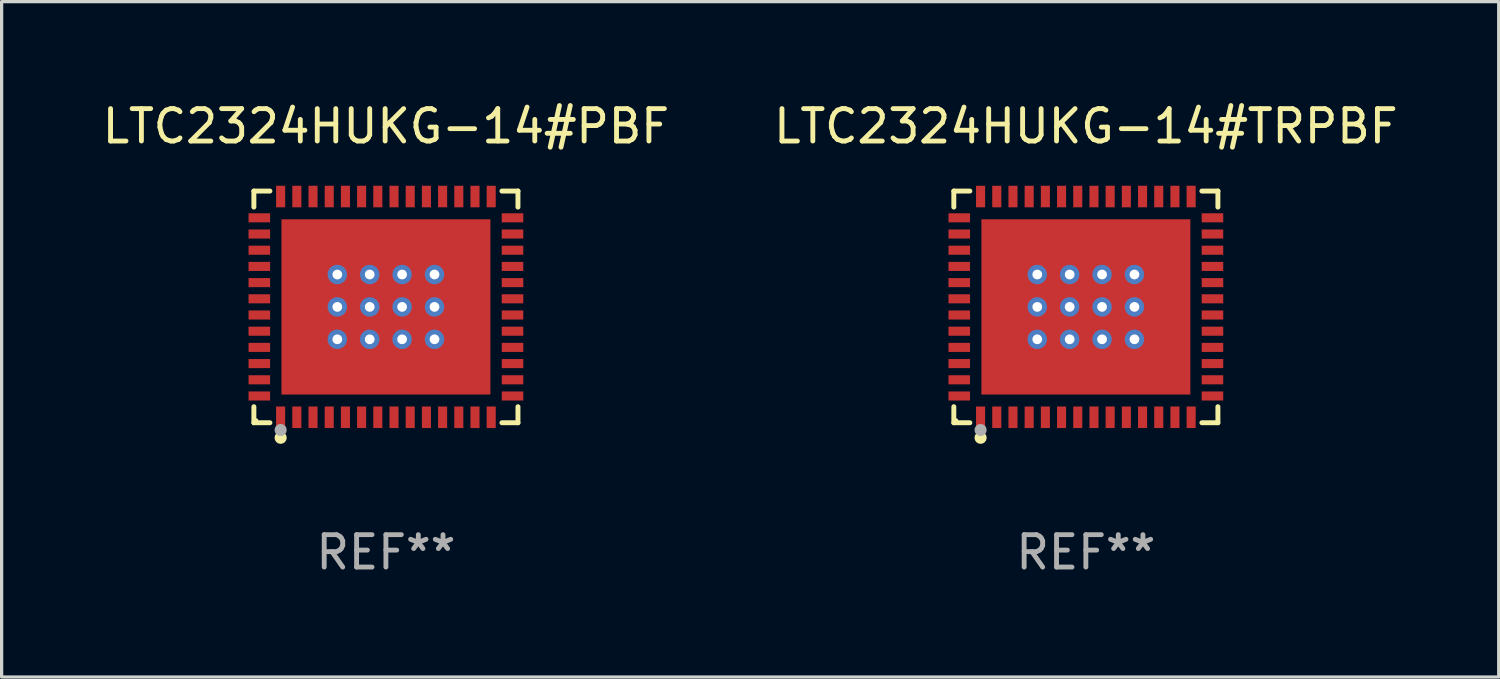
<source format=kicad_pcb>
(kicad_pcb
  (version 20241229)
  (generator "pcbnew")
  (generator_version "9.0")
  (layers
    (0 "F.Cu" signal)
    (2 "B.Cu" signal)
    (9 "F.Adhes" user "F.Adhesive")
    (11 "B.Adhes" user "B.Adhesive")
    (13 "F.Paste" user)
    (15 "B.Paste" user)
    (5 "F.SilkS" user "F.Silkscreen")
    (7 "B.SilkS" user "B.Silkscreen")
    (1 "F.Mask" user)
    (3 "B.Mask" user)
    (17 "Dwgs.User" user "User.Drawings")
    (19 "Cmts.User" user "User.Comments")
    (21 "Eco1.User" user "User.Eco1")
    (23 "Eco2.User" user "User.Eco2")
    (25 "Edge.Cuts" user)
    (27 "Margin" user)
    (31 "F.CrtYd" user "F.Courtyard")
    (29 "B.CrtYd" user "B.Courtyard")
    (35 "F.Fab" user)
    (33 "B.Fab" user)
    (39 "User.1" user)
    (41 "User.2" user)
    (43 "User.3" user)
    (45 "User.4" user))
  (footprint "LTC2324HUKG-14#TRPBF"
    (layer "F.Cu")
    (at 30.47 6.424)
    (property "Reference" "LTC2324HUKG-14#TRPBF" (at 0 -5.576 0) (layer "F.SilkS") (effects (font (size 1 1) (thickness 0.15))))
    (attr through_hole)
    (fp_line (start -4.076 -3.576) (end -3.581 -3.576) (stroke (width 0.152) (type solid)) (layer "F.SilkS"))
    (fp_line (start -4.076 -3.081) (end -4.076 -3.576) (stroke (width 0.152) (type solid)) (layer "F.SilkS"))
    (fp_line (start -4.076 3.081) (end -4.076 3.576) (stroke (width 0.152) (type solid)) (layer "F.SilkS"))
    (fp_line (start -4.076 3.576) (end -3.581 3.576) (stroke (width 0.152) (type solid)) (layer "F.SilkS"))
    (fp_line (start 4.076 -3.576) (end 3.581 -3.576) (stroke (width 0.152) (type solid)) (layer "F.SilkS"))
    (fp_line (start 4.076 -3.081) (end 4.076 -3.576) (stroke (width 0.152) (type solid)) (layer "F.SilkS"))
    (fp_line (start 4.076 3.081) (end 4.076 3.576) (stroke (width 0.152) (type solid)) (layer "F.SilkS"))
    (fp_line (start 4.076 3.576) (end 3.581 3.576) (stroke (width 0.152) (type solid)) (layer "F.SilkS"))
    (fp_circle (center -4 3.5) (end -3.97 3.5) (stroke (width 0.06) (type solid)) (fill no) (layer "F.SilkS"))
    (fp_circle (center -3.25 4.04) (end -3.156 4.04) (stroke (width 0.188) (type solid)) (fill no) (layer "F.SilkS"))
    (fp_circle (center -3.25 3.8) (end -3.156 3.8) (stroke (width 0.188) (type solid)) (fill no) (layer "F.Fab"))
    (fp_text user "REF**" (at 0 7.576 0) (layer "F.Fab") (effects (font (size 1 1) (thickness 0.15))))
    (pad "1" smd rect (at -3.25 3.407) (size 0.28 0.665) (layers "F.Cu" "F.Mask" "F.Paste"))
    (pad "2" smd rect (at -2.75 3.407) (size 0.28 0.665) (layers "F.Cu" "F.Mask" "F.Paste"))
    (pad "3" smd rect (at -2.25 3.407) (size 0.28 0.665) (layers "F.Cu" "F.Mask" "F.Paste"))
    (pad "4" smd rect (at -1.75 3.407) (size 0.28 0.665) (layers "F.Cu" "F.Mask" "F.Paste"))
    (pad "5" smd rect (at -1.25 3.407) (size 0.28 0.665) (layers "F.Cu" "F.Mask" "F.Paste"))
    (pad "6" smd rect (at -0.75 3.407) (size 0.28 0.665) (layers "F.Cu" "F.Mask" "F.Paste"))
    (pad "7" smd rect (at -0.25 3.407) (size 0.28 0.665) (layers "F.Cu" "F.Mask" "F.Paste"))
    (pad "8" smd rect (at 0.25 3.407) (size 0.28 0.665) (layers "F.Cu" "F.Mask" "F.Paste"))
    (pad "9" smd rect (at 0.75 3.407) (size 0.28 0.665) (layers "F.Cu" "F.Mask" "F.Paste"))
    (pad "10" smd rect (at 1.25 3.407) (size 0.28 0.665) (layers "F.Cu" "F.Mask" "F.Paste"))
    (pad "11" smd rect (at 1.75 3.407) (size 0.28 0.665) (layers "F.Cu" "F.Mask" "F.Paste"))
    (pad "12" smd rect (at 2.25 3.407) (size 0.28 0.665) (layers "F.Cu" "F.Mask" "F.Paste"))
    (pad "13" smd rect (at 2.75 3.407) (size 0.28 0.665) (layers "F.Cu" "F.Mask" "F.Paste"))
    (pad "14" smd rect (at 3.25 3.407) (size 0.28 0.665) (layers "F.Cu" "F.Mask" "F.Paste"))
    (pad "15" smd rect (at 3.908 2.75) (size 0.665 0.28) (layers "F.Cu" "F.Mask" "F.Paste"))
    (pad "16" smd rect (at 3.908 2.25) (size 0.665 0.28) (layers "F.Cu" "F.Mask" "F.Paste"))
    (pad "17" smd rect (at 3.908 1.75) (size 0.665 0.28) (layers "F.Cu" "F.Mask" "F.Paste"))
    (pad "18" smd rect (at 3.908 1.25) (size 0.665 0.28) (layers "F.Cu" "F.Mask" "F.Paste"))
    (pad "19" smd rect (at 3.908 0.75) (size 0.665 0.28) (layers "F.Cu" "F.Mask" "F.Paste"))
    (pad "20" smd rect (at 3.908 0.25) (size 0.665 0.28) (layers "F.Cu" "F.Mask" "F.Paste"))
    (pad "21" smd rect (at 3.908 -0.25) (size 0.665 0.28) (layers "F.Cu" "F.Mask" "F.Paste"))
    (pad "22" smd rect (at 3.908 -0.75) (size 0.665 0.28) (layers "F.Cu" "F.Mask" "F.Paste"))
    (pad "23" smd rect (at 3.908 -1.25) (size 0.665 0.28) (layers "F.Cu" "F.Mask" "F.Paste"))
    (pad "24" smd rect (at 3.908 -1.75) (size 0.665 0.28) (layers "F.Cu" "F.Mask" "F.Paste"))
    (pad "25" smd rect (at 3.908 -2.25) (size 0.665 0.28) (layers "F.Cu" "F.Mask" "F.Paste"))
    (pad "26" smd rect (at 3.908 -2.75) (size 0.665 0.28) (layers "F.Cu" "F.Mask" "F.Paste"))
    (pad "27" smd rect (at 3.25 -3.407) (size 0.28 0.665) (layers "F.Cu" "F.Mask" "F.Paste"))
    (pad "28" smd rect (at 2.75 -3.407) (size 0.28 0.665) (layers "F.Cu" "F.Mask" "F.Paste"))
    (pad "29" smd rect (at 2.25 -3.407) (size 0.28 0.665) (layers "F.Cu" "F.Mask" "F.Paste"))
    (pad "30" smd rect (at 1.75 -3.407) (size 0.28 0.665) (layers "F.Cu" "F.Mask" "F.Paste"))
    (pad "31" smd rect (at 1.25 -3.407) (size 0.28 0.665) (layers "F.Cu" "F.Mask" "F.Paste"))
    (pad "32" smd rect (at 0.75 -3.407) (size 0.28 0.665) (layers "F.Cu" "F.Mask" "F.Paste"))
    (pad "33" smd rect (at 0.25 -3.407) (size 0.28 0.665) (layers "F.Cu" "F.Mask" "F.Paste"))
    (pad "34" smd rect (at -0.25 -3.407) (size 0.28 0.665) (layers "F.Cu" "F.Mask" "F.Paste"))
    (pad "35" smd rect (at -0.75 -3.407) (size 0.28 0.665) (layers "F.Cu" "F.Mask" "F.Paste"))
    (pad "36" smd rect (at -1.25 -3.407) (size 0.28 0.665) (layers "F.Cu" "F.Mask" "F.Paste"))
    (pad "37" smd rect (at -1.75 -3.407) (size 0.28 0.665) (layers "F.Cu" "F.Mask" "F.Paste"))
    (pad "38" smd rect (at -2.25 -3.407) (size 0.28 0.665) (layers "F.Cu" "F.Mask" "F.Paste"))
    (pad "39" smd rect (at -2.75 -3.407) (size 0.28 0.665) (layers "F.Cu" "F.Mask" "F.Paste"))
    (pad "40" smd rect (at -3.25 -3.407) (size 0.28 0.665) (layers "F.Cu" "F.Mask" "F.Paste"))
    (pad "41" smd rect (at -3.908 -2.75) (size 0.665 0.28) (layers "F.Cu" "F.Mask" "F.Paste"))
    (pad "42" smd rect (at -3.908 -2.25) (size 0.665 0.28) (layers "F.Cu" "F.Mask" "F.Paste"))
    (pad "43" smd rect (at -3.908 -1.75) (size 0.665 0.28) (layers "F.Cu" "F.Mask" "F.Paste"))
    (pad "44" smd rect (at -3.908 -1.25) (size 0.665 0.28) (layers "F.Cu" "F.Mask" "F.Paste"))
    (pad "45" smd rect (at -3.908 -0.75) (size 0.665 0.28) (layers "F.Cu" "F.Mask" "F.Paste"))
    (pad "46" smd rect (at -3.908 -0.25) (size 0.665 0.28) (layers "F.Cu" "F.Mask" "F.Paste"))
    (pad "47" smd rect (at -3.908 0.25) (size 0.665 0.28) (layers "F.Cu" "F.Mask" "F.Paste"))
    (pad "48" smd rect (at -3.908 0.75) (size 0.665 0.28) (layers "F.Cu" "F.Mask" "F.Paste"))
    (pad "49" smd rect (at -3.908 1.25) (size 0.665 0.28) (layers "F.Cu" "F.Mask" "F.Paste"))
    (pad "50" smd rect (at -3.908 1.75) (size 0.665 0.28) (layers "F.Cu" "F.Mask" "F.Paste"))
    (pad "51" smd rect (at -3.908 2.25) (size 0.665 0.28) (layers "F.Cu" "F.Mask" "F.Paste"))
    (pad "52" smd rect (at -3.908 2.75) (size 0.665 0.28) (layers "F.Cu" "F.Mask" "F.Paste"))
    (pad "53" thru_hole circle (at -1.5 -1) (size 0.6 0.6) (drill 0.3) (layers "*.Cu" "*.Mask"))
    (pad "53" thru_hole circle (at -1.5 0) (size 0.6 0.6) (drill 0.3) (layers "*.Cu" "*.Mask"))
    (pad "53" thru_hole circle (at -1.5 1) (size 0.6 0.6) (drill 0.3) (layers "*.Cu" "*.Mask"))
    (pad "53" thru_hole circle (at -0.5 -1) (size 0.6 0.6) (drill 0.3) (layers "*.Cu" "*.Mask"))
    (pad "53" thru_hole circle (at -0.5 0) (size 0.6 0.6) (drill 0.3) (layers "*.Cu" "*.Mask"))
    (pad "53" thru_hole circle (at -0.5 1) (size 0.6 0.6) (drill 0.3) (layers "*.Cu" "*.Mask"))
    (pad "53" smd rect (at 0 0) (size 6.45 5.41) (layers "F.Cu" "F.Mask" "F.Paste"))
    (pad "53" thru_hole circle (at 0.5 -1) (size 0.6 0.6) (drill 0.3) (layers "*.Cu" "*.Mask"))
    (pad "53" thru_hole circle (at 0.5 0) (size 0.6 0.6) (drill 0.3) (layers "*.Cu" "*.Mask"))
    (pad "53" thru_hole circle (at 0.5 1) (size 0.6 0.6) (drill 0.3) (layers "*.Cu" "*.Mask"))
    (pad "53" thru_hole circle (at 1.5 -1) (size 0.6 0.6) (drill 0.3) (layers "*.Cu" "*.Mask"))
    (pad "53" thru_hole circle (at 1.5 0) (size 0.6 0.6) (drill 0.3) (layers "*.Cu" "*.Mask"))
    (pad "53" thru_hole circle (at 1.5 1) (size 0.6 0.6) (drill 0.3) (layers "*.Cu" "*.Mask")))
  (footprint "LTC2324HUKG-14#PBF"
    (layer "F.Cu")
    (at 8.863 6.424)
    (property "Reference" "LTC2324HUKG-14#PBF" (at 0 -5.576 0) (layer "F.SilkS") (effects (font (size 1 1) (thickness 0.15))))
    (attr through_hole)
    (fp_line (start -4.076 -3.576) (end -3.581 -3.576) (stroke (width 0.152) (type solid)) (layer "F.SilkS"))
    (fp_line (start -4.076 -3.081) (end -4.076 -3.576) (stroke (width 0.152) (type solid)) (layer "F.SilkS"))
    (fp_line (start -4.076 3.081) (end -4.076 3.576) (stroke (width 0.152) (type solid)) (layer "F.SilkS"))
    (fp_line (start -4.076 3.576) (end -3.581 3.576) (stroke (width 0.152) (type solid)) (layer "F.SilkS"))
    (fp_line (start 4.076 -3.576) (end 3.581 -3.576) (stroke (width 0.152) (type solid)) (layer "F.SilkS"))
    (fp_line (start 4.076 -3.081) (end 4.076 -3.576) (stroke (width 0.152) (type solid)) (layer "F.SilkS"))
    (fp_line (start 4.076 3.081) (end 4.076 3.576) (stroke (width 0.152) (type solid)) (layer "F.SilkS"))
    (fp_line (start 4.076 3.576) (end 3.581 3.576) (stroke (width 0.152) (type solid)) (layer "F.SilkS"))
    (fp_circle (center -4 3.5) (end -3.97 3.5) (stroke (width 0.06) (type solid)) (fill no) (layer "F.SilkS"))
    (fp_circle (center -3.25 4.04) (end -3.156 4.04) (stroke (width 0.188) (type solid)) (fill no) (layer "F.SilkS"))
    (fp_circle (center -3.25 3.8) (end -3.156 3.8) (stroke (width 0.188) (type solid)) (fill no) (layer "F.Fab"))
    (fp_text user "REF**" (at 0 7.576 0) (layer "F.Fab") (effects (font (size 1 1) (thickness 0.15))))
    (pad "1" smd rect (at -3.25 3.407) (size 0.28 0.665) (layers "F.Cu" "F.Mask" "F.Paste"))
    (pad "2" smd rect (at -2.75 3.407) (size 0.28 0.665) (layers "F.Cu" "F.Mask" "F.Paste"))
    (pad "3" smd rect (at -2.25 3.407) (size 0.28 0.665) (layers "F.Cu" "F.Mask" "F.Paste"))
    (pad "4" smd rect (at -1.75 3.407) (size 0.28 0.665) (layers "F.Cu" "F.Mask" "F.Paste"))
    (pad "5" smd rect (at -1.25 3.407) (size 0.28 0.665) (layers "F.Cu" "F.Mask" "F.Paste"))
    (pad "6" smd rect (at -0.75 3.407) (size 0.28 0.665) (layers "F.Cu" "F.Mask" "F.Paste"))
    (pad "7" smd rect (at -0.25 3.407) (size 0.28 0.665) (layers "F.Cu" "F.Mask" "F.Paste"))
    (pad "8" smd rect (at 0.25 3.407) (size 0.28 0.665) (layers "F.Cu" "F.Mask" "F.Paste"))
    (pad "9" smd rect (at 0.75 3.407) (size 0.28 0.665) (layers "F.Cu" "F.Mask" "F.Paste"))
    (pad "10" smd rect (at 1.25 3.407) (size 0.28 0.665) (layers "F.Cu" "F.Mask" "F.Paste"))
    (pad "11" smd rect (at 1.75 3.407) (size 0.28 0.665) (layers "F.Cu" "F.Mask" "F.Paste"))
    (pad "12" smd rect (at 2.25 3.407) (size 0.28 0.665) (layers "F.Cu" "F.Mask" "F.Paste"))
    (pad "13" smd rect (at 2.75 3.407) (size 0.28 0.665) (layers "F.Cu" "F.Mask" "F.Paste"))
    (pad "14" smd rect (at 3.25 3.407) (size 0.28 0.665) (layers "F.Cu" "F.Mask" "F.Paste"))
    (pad "15" smd rect (at 3.908 2.75) (size 0.665 0.28) (layers "F.Cu" "F.Mask" "F.Paste"))
    (pad "16" smd rect (at 3.908 2.25) (size 0.665 0.28) (layers "F.Cu" "F.Mask" "F.Paste"))
    (pad "17" smd rect (at 3.908 1.75) (size 0.665 0.28) (layers "F.Cu" "F.Mask" "F.Paste"))
    (pad "18" smd rect (at 3.908 1.25) (size 0.665 0.28) (layers "F.Cu" "F.Mask" "F.Paste"))
    (pad "19" smd rect (at 3.908 0.75) (size 0.665 0.28) (layers "F.Cu" "F.Mask" "F.Paste"))
    (pad "20" smd rect (at 3.908 0.25) (size 0.665 0.28) (layers "F.Cu" "F.Mask" "F.Paste"))
    (pad "21" smd rect (at 3.908 -0.25) (size 0.665 0.28) (layers "F.Cu" "F.Mask" "F.Paste"))
    (pad "22" smd rect (at 3.908 -0.75) (size 0.665 0.28) (layers "F.Cu" "F.Mask" "F.Paste"))
    (pad "23" smd rect (at 3.908 -1.25) (size 0.665 0.28) (layers "F.Cu" "F.Mask" "F.Paste"))
    (pad "24" smd rect (at 3.908 -1.75) (size 0.665 0.28) (layers "F.Cu" "F.Mask" "F.Paste"))
    (pad "25" smd rect (at 3.908 -2.25) (size 0.665 0.28) (layers "F.Cu" "F.Mask" "F.Paste"))
    (pad "26" smd rect (at 3.908 -2.75) (size 0.665 0.28) (layers "F.Cu" "F.Mask" "F.Paste"))
    (pad "27" smd rect (at 3.25 -3.407) (size 0.28 0.665) (layers "F.Cu" "F.Mask" "F.Paste"))
    (pad "28" smd rect (at 2.75 -3.407) (size 0.28 0.665) (layers "F.Cu" "F.Mask" "F.Paste"))
    (pad "29" smd rect (at 2.25 -3.407) (size 0.28 0.665) (layers "F.Cu" "F.Mask" "F.Paste"))
    (pad "30" smd rect (at 1.75 -3.407) (size 0.28 0.665) (layers "F.Cu" "F.Mask" "F.Paste"))
    (pad "31" smd rect (at 1.25 -3.407) (size 0.28 0.665) (layers "F.Cu" "F.Mask" "F.Paste"))
    (pad "32" smd rect (at 0.75 -3.407) (size 0.28 0.665) (layers "F.Cu" "F.Mask" "F.Paste"))
    (pad "33" smd rect (at 0.25 -3.407) (size 0.28 0.665) (layers "F.Cu" "F.Mask" "F.Paste"))
    (pad "34" smd rect (at -0.25 -3.407) (size 0.28 0.665) (layers "F.Cu" "F.Mask" "F.Paste"))
    (pad "35" smd rect (at -0.75 -3.407) (size 0.28 0.665) (layers "F.Cu" "F.Mask" "F.Paste"))
    (pad "36" smd rect (at -1.25 -3.407) (size 0.28 0.665) (layers "F.Cu" "F.Mask" "F.Paste"))
    (pad "37" smd rect (at -1.75 -3.407) (size 0.28 0.665) (layers "F.Cu" "F.Mask" "F.Paste"))
    (pad "38" smd rect (at -2.25 -3.407) (size 0.28 0.665) (layers "F.Cu" "F.Mask" "F.Paste"))
    (pad "39" smd rect (at -2.75 -3.407) (size 0.28 0.665) (layers "F.Cu" "F.Mask" "F.Paste"))
    (pad "40" smd rect (at -3.25 -3.407) (size 0.28 0.665) (layers "F.Cu" "F.Mask" "F.Paste"))
    (pad "41" smd rect (at -3.908 -2.75) (size 0.665 0.28) (layers "F.Cu" "F.Mask" "F.Paste"))
    (pad "42" smd rect (at -3.908 -2.25) (size 0.665 0.28) (layers "F.Cu" "F.Mask" "F.Paste"))
    (pad "43" smd rect (at -3.908 -1.75) (size 0.665 0.28) (layers "F.Cu" "F.Mask" "F.Paste"))
    (pad "44" smd rect (at -3.908 -1.25) (size 0.665 0.28) (layers "F.Cu" "F.Mask" "F.Paste"))
    (pad "45" smd rect (at -3.908 -0.75) (size 0.665 0.28) (layers "F.Cu" "F.Mask" "F.Paste"))
    (pad "46" smd rect (at -3.908 -0.25) (size 0.665 0.28) (layers "F.Cu" "F.Mask" "F.Paste"))
    (pad "47" smd rect (at -3.908 0.25) (size 0.665 0.28) (layers "F.Cu" "F.Mask" "F.Paste"))
    (pad "48" smd rect (at -3.908 0.75) (size 0.665 0.28) (layers "F.Cu" "F.Mask" "F.Paste"))
    (pad "49" smd rect (at -3.908 1.25) (size 0.665 0.28) (layers "F.Cu" "F.Mask" "F.Paste"))
    (pad "50" smd rect (at -3.908 1.75) (size 0.665 0.28) (layers "F.Cu" "F.Mask" "F.Paste"))
    (pad "51" smd rect (at -3.908 2.25) (size 0.665 0.28) (layers "F.Cu" "F.Mask" "F.Paste"))
    (pad "52" smd rect (at -3.908 2.75) (size 0.665 0.28) (layers "F.Cu" "F.Mask" "F.Paste"))
    (pad "53" thru_hole circle (at -1.5 -1) (size 0.6 0.6) (drill 0.3) (layers "*.Cu" "*.Mask"))
    (pad "53" thru_hole circle (at -1.5 0) (size 0.6 0.6) (drill 0.3) (layers "*.Cu" "*.Mask"))
    (pad "53" thru_hole circle (at -1.5 1) (size 0.6 0.6) (drill 0.3) (layers "*.Cu" "*.Mask"))
    (pad "53" thru_hole circle (at -0.5 -1) (size 0.6 0.6) (drill 0.3) (layers "*.Cu" "*.Mask"))
    (pad "53" thru_hole circle (at -0.5 0) (size 0.6 0.6) (drill 0.3) (layers "*.Cu" "*.Mask"))
    (pad "53" thru_hole circle (at -0.5 1) (size 0.6 0.6) (drill 0.3) (layers "*.Cu" "*.Mask"))
    (pad "53" smd rect (at 0 0) (size 6.45 5.41) (layers "F.Cu" "F.Mask" "F.Paste"))
    (pad "53" thru_hole circle (at 0.5 -1) (size 0.6 0.6) (drill 0.3) (layers "*.Cu" "*.Mask"))
    (pad "53" thru_hole circle (at 0.5 0) (size 0.6 0.6) (drill 0.3) (layers "*.Cu" "*.Mask"))
    (pad "53" thru_hole circle (at 0.5 1) (size 0.6 0.6) (drill 0.3) (layers "*.Cu" "*.Mask"))
    (pad "53" thru_hole circle (at 1.5 -1) (size 0.6 0.6) (drill 0.3) (layers "*.Cu" "*.Mask"))
    (pad "53" thru_hole circle (at 1.5 0) (size 0.6 0.6) (drill 0.3) (layers "*.Cu" "*.Mask"))
    (pad "53" thru_hole circle (at 1.5 1) (size 0.6 0.6) (drill 0.3) (layers "*.Cu" "*.Mask")))
  (gr_rect
    (start -3 -3)
    (end 43.214 17.849)
    (stroke (width 0.1) (type default))
    (fill no)
    (layer "Edge.Cuts")))
</source>
